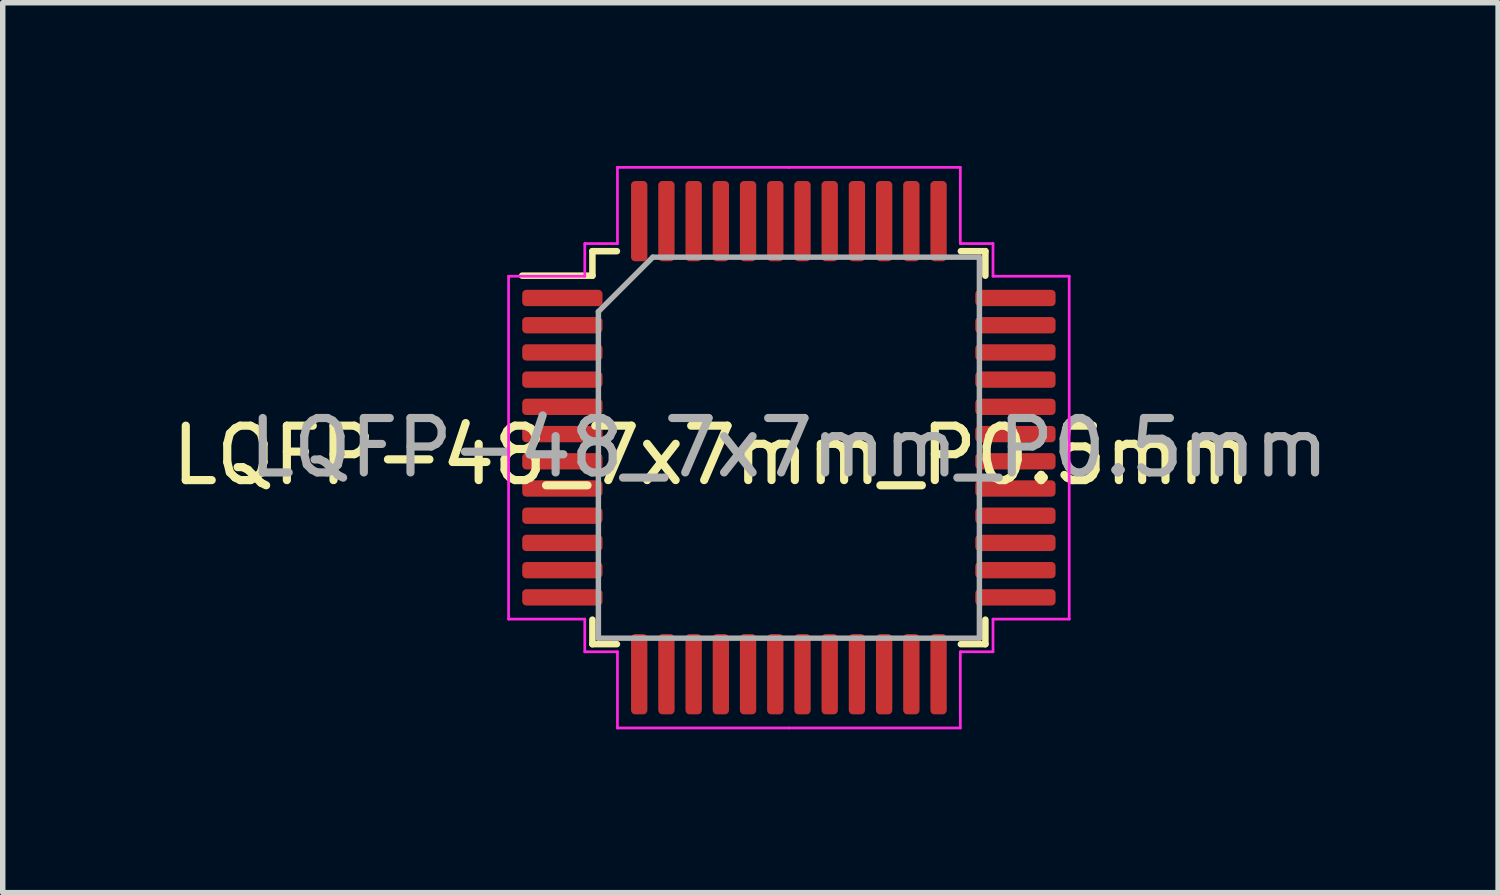
<source format=kicad_pcb>
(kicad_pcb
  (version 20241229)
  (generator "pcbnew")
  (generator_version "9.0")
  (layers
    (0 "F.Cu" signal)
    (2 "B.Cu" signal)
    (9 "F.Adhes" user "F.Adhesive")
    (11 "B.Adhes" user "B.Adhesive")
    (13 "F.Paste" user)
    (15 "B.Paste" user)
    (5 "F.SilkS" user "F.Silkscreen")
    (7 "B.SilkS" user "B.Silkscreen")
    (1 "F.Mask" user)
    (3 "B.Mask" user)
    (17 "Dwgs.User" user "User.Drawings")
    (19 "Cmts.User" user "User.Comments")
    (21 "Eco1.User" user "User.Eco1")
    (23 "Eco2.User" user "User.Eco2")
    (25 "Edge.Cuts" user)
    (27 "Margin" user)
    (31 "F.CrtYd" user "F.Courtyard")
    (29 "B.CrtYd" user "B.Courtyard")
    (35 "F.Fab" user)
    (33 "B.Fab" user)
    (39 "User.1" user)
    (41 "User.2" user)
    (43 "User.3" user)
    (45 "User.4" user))
  (footprint "LQFP-48_7x7mm_P0.5mm"
    (layer "F.Cu")
    (at 11.444 5.175)
    (property "Reference" "LQFP-48_7x7mm_P0.5mm" (at -1.414 0.141 180) (layer "F.SilkS") (effects (font (size 1 1) (thickness 0.15))))
    (attr smd)
    (fp_line (start -3.61 -3.61) (end -3.61 -3.16) (stroke (width 0.12) (type solid)) (layer "F.SilkS"))
    (fp_line (start -3.61 -3.16) (end -4.9 -3.16) (stroke (width 0.12) (type solid)) (layer "F.SilkS"))
    (fp_line (start -3.61 3.61) (end -3.61 3.16) (stroke (width 0.12) (type solid)) (layer "F.SilkS"))
    (fp_line (start -3.16 -3.61) (end -3.61 -3.61) (stroke (width 0.12) (type solid)) (layer "F.SilkS"))
    (fp_line (start -3.16 3.61) (end -3.61 3.61) (stroke (width 0.12) (type solid)) (layer "F.SilkS"))
    (fp_line (start 3.16 -3.61) (end 3.61 -3.61) (stroke (width 0.12) (type solid)) (layer "F.SilkS"))
    (fp_line (start 3.16 3.61) (end 3.61 3.61) (stroke (width 0.12) (type solid)) (layer "F.SilkS"))
    (fp_line (start 3.61 -3.61) (end 3.61 -3.16) (stroke (width 0.12) (type solid)) (layer "F.SilkS"))
    (fp_line (start 3.61 3.61) (end 3.61 3.16) (stroke (width 0.12) (type solid)) (layer "F.SilkS"))
    (fp_line (start -5.15 -3.15) (end -5.15 0) (stroke (width 0.05) (type solid)) (layer "F.CrtYd"))
    (fp_line (start -5.15 3.15) (end -5.15 0) (stroke (width 0.05) (type solid)) (layer "F.CrtYd"))
    (fp_line (start -3.75 -3.75) (end -3.75 -3.15) (stroke (width 0.05) (type solid)) (layer "F.CrtYd"))
    (fp_line (start -3.75 -3.15) (end -5.15 -3.15) (stroke (width 0.05) (type solid)) (layer "F.CrtYd"))
    (fp_line (start -3.75 3.15) (end -5.15 3.15) (stroke (width 0.05) (type solid)) (layer "F.CrtYd"))
    (fp_line (start -3.75 3.75) (end -3.75 3.15) (stroke (width 0.05) (type solid)) (layer "F.CrtYd"))
    (fp_line (start -3.15 -5.15) (end -3.15 -3.75) (stroke (width 0.05) (type solid)) (layer "F.CrtYd"))
    (fp_line (start -3.15 -3.75) (end -3.75 -3.75) (stroke (width 0.05) (type solid)) (layer "F.CrtYd"))
    (fp_line (start -3.15 3.75) (end -3.75 3.75) (stroke (width 0.05) (type solid)) (layer "F.CrtYd"))
    (fp_line (start -3.15 5.15) (end -3.15 3.75) (stroke (width 0.05) (type solid)) (layer "F.CrtYd"))
    (fp_line (start 0 -5.15) (end -3.15 -5.15) (stroke (width 0.05) (type solid)) (layer "F.CrtYd"))
    (fp_line (start 0 -5.15) (end 3.15 -5.15) (stroke (width 0.05) (type solid)) (layer "F.CrtYd"))
    (fp_line (start 0 5.15) (end -3.15 5.15) (stroke (width 0.05) (type solid)) (layer "F.CrtYd"))
    (fp_line (start 0 5.15) (end 3.15 5.15) (stroke (width 0.05) (type solid)) (layer "F.CrtYd"))
    (fp_line (start 3.15 -5.15) (end 3.15 -3.75) (stroke (width 0.05) (type solid)) (layer "F.CrtYd"))
    (fp_line (start 3.15 -3.75) (end 3.75 -3.75) (stroke (width 0.05) (type solid)) (layer "F.CrtYd"))
    (fp_line (start 3.15 3.75) (end 3.75 3.75) (stroke (width 0.05) (type solid)) (layer "F.CrtYd"))
    (fp_line (start 3.15 5.15) (end 3.15 3.75) (stroke (width 0.05) (type solid)) (layer "F.CrtYd"))
    (fp_line (start 3.75 -3.75) (end 3.75 -3.15) (stroke (width 0.05) (type solid)) (layer "F.CrtYd"))
    (fp_line (start 3.75 -3.15) (end 5.15 -3.15) (stroke (width 0.05) (type solid)) (layer "F.CrtYd"))
    (fp_line (start 3.75 3.15) (end 5.15 3.15) (stroke (width 0.05) (type solid)) (layer "F.CrtYd"))
    (fp_line (start 3.75 3.75) (end 3.75 3.15) (stroke (width 0.05) (type solid)) (layer "F.CrtYd"))
    (fp_line (start 5.15 -3.15) (end 5.15 0) (stroke (width 0.05) (type solid)) (layer "F.CrtYd"))
    (fp_line (start 5.15 3.15) (end 5.15 0) (stroke (width 0.05) (type solid)) (layer "F.CrtYd"))
    (fp_line (start -3.5 -2.5) (end -2.5 -3.5) (stroke (width 0.1) (type solid)) (layer "F.Fab"))
    (fp_line (start -3.5 3.5) (end -3.5 -2.5) (stroke (width 0.1) (type solid)) (layer "F.Fab"))
    (fp_line (start -2.5 -3.5) (end 3.5 -3.5) (stroke (width 0.1) (type solid)) (layer "F.Fab"))
    (fp_line (start 3.5 -3.5) (end 3.5 3.5) (stroke (width 0.1) (type solid)) (layer "F.Fab"))
    (fp_line (start 3.5 3.5) (end -3.5 3.5) (stroke (width 0.1) (type solid)) (layer "F.Fab"))
    (fp_text user "${REFERENCE}" (at 0 0 180) (layer "F.Fab") (effects (font (size 1 1) (thickness 0.15))))
    (pad "1" smd roundrect (at -4.162 -2.75) (size 1.475 0.3) (layers "F.Cu" "F.Mask" "F.Paste") (roundrect_rratio 0.25))
    (pad "2" smd roundrect (at -4.162 -2.25) (size 1.475 0.3) (layers "F.Cu" "F.Mask" "F.Paste") (roundrect_rratio 0.25))
    (pad "3" smd roundrect (at -4.162 -1.75) (size 1.475 0.3) (layers "F.Cu" "F.Mask" "F.Paste") (roundrect_rratio 0.25))
    (pad "4" smd roundrect (at -4.162 -1.25) (size 1.475 0.3) (layers "F.Cu" "F.Mask" "F.Paste") (roundrect_rratio 0.25))
    (pad "5" smd roundrect (at -4.162 -0.75) (size 1.475 0.3) (layers "F.Cu" "F.Mask" "F.Paste") (roundrect_rratio 0.25))
    (pad "6" smd roundrect (at -4.162 -0.25) (size 1.475 0.3) (layers "F.Cu" "F.Mask" "F.Paste") (roundrect_rratio 0.25))
    (pad "7" smd roundrect (at -4.162 0.25) (size 1.475 0.3) (layers "F.Cu" "F.Mask" "F.Paste") (roundrect_rratio 0.25))
    (pad "8" smd roundrect (at -4.162 0.75) (size 1.475 0.3) (layers "F.Cu" "F.Mask" "F.Paste") (roundrect_rratio 0.25))
    (pad "9" smd roundrect (at -4.162 1.25) (size 1.475 0.3) (layers "F.Cu" "F.Mask" "F.Paste") (roundrect_rratio 0.25))
    (pad "10" smd roundrect (at -4.162 1.75) (size 1.475 0.3) (layers "F.Cu" "F.Mask" "F.Paste") (roundrect_rratio 0.25))
    (pad "11" smd roundrect (at -4.162 2.25) (size 1.475 0.3) (layers "F.Cu" "F.Mask" "F.Paste") (roundrect_rratio 0.25))
    (pad "12" smd roundrect (at -4.162 2.75) (size 1.475 0.3) (layers "F.Cu" "F.Mask" "F.Paste") (roundrect_rratio 0.25))
    (pad "13" smd roundrect (at -2.75 4.162) (size 0.3 1.475) (layers "F.Cu" "F.Mask" "F.Paste") (roundrect_rratio 0.25))
    (pad "14" smd roundrect (at -2.25 4.162) (size 0.3 1.475) (layers "F.Cu" "F.Mask" "F.Paste") (roundrect_rratio 0.25))
    (pad "15" smd roundrect (at -1.75 4.162) (size 0.3 1.475) (layers "F.Cu" "F.Mask" "F.Paste") (roundrect_rratio 0.25))
    (pad "16" smd roundrect (at -1.25 4.162) (size 0.3 1.475) (layers "F.Cu" "F.Mask" "F.Paste") (roundrect_rratio 0.25))
    (pad "17" smd roundrect (at -0.75 4.162) (size 0.3 1.475) (layers "F.Cu" "F.Mask" "F.Paste") (roundrect_rratio 0.25))
    (pad "18" smd roundrect (at -0.25 4.162) (size 0.3 1.475) (layers "F.Cu" "F.Mask" "F.Paste") (roundrect_rratio 0.25))
    (pad "19" smd roundrect (at 0.25 4.162) (size 0.3 1.475) (layers "F.Cu" "F.Mask" "F.Paste") (roundrect_rratio 0.25))
    (pad "20" smd roundrect (at 0.75 4.162) (size 0.3 1.475) (layers "F.Cu" "F.Mask" "F.Paste") (roundrect_rratio 0.25))
    (pad "21" smd roundrect (at 1.25 4.162) (size 0.3 1.475) (layers "F.Cu" "F.Mask" "F.Paste") (roundrect_rratio 0.25))
    (pad "22" smd roundrect (at 1.75 4.162) (size 0.3 1.475) (layers "F.Cu" "F.Mask" "F.Paste") (roundrect_rratio 0.25))
    (pad "23" smd roundrect (at 2.25 4.162) (size 0.3 1.475) (layers "F.Cu" "F.Mask" "F.Paste") (roundrect_rratio 0.25))
    (pad "24" smd roundrect (at 2.75 4.162) (size 0.3 1.475) (layers "F.Cu" "F.Mask" "F.Paste") (roundrect_rratio 0.25))
    (pad "25" smd roundrect (at 4.162 2.75) (size 1.475 0.3) (layers "F.Cu" "F.Mask" "F.Paste") (roundrect_rratio 0.25))
    (pad "26" smd roundrect (at 4.162 2.25) (size 1.475 0.3) (layers "F.Cu" "F.Mask" "F.Paste") (roundrect_rratio 0.25))
    (pad "27" smd roundrect (at 4.162 1.75) (size 1.475 0.3) (layers "F.Cu" "F.Mask" "F.Paste") (roundrect_rratio 0.25))
    (pad "28" smd roundrect (at 4.162 1.25) (size 1.475 0.3) (layers "F.Cu" "F.Mask" "F.Paste") (roundrect_rratio 0.25))
    (pad "29" smd roundrect (at 4.162 0.75) (size 1.475 0.3) (layers "F.Cu" "F.Mask" "F.Paste") (roundrect_rratio 0.25))
    (pad "30" smd roundrect (at 4.162 0.25) (size 1.475 0.3) (layers "F.Cu" "F.Mask" "F.Paste") (roundrect_rratio 0.25))
    (pad "31" smd roundrect (at 4.162 -0.25) (size 1.475 0.3) (layers "F.Cu" "F.Mask" "F.Paste") (roundrect_rratio 0.25))
    (pad "32" smd roundrect (at 4.162 -0.75) (size 1.475 0.3) (layers "F.Cu" "F.Mask" "F.Paste") (roundrect_rratio 0.25))
    (pad "33" smd roundrect (at 4.162 -1.25) (size 1.475 0.3) (layers "F.Cu" "F.Mask" "F.Paste") (roundrect_rratio 0.25))
    (pad "34" smd roundrect (at 4.162 -1.75) (size 1.475 0.3) (layers "F.Cu" "F.Mask" "F.Paste") (roundrect_rratio 0.25))
    (pad "35" smd roundrect (at 4.162 -2.25) (size 1.475 0.3) (layers "F.Cu" "F.Mask" "F.Paste") (roundrect_rratio 0.25))
    (pad "36" smd roundrect (at 4.162 -2.75) (size 1.475 0.3) (layers "F.Cu" "F.Mask" "F.Paste") (roundrect_rratio 0.25))
    (pad "37" smd roundrect (at 2.75 -4.162) (size 0.3 1.475) (layers "F.Cu" "F.Mask" "F.Paste") (roundrect_rratio 0.25))
    (pad "38" smd roundrect (at 2.25 -4.162) (size 0.3 1.475) (layers "F.Cu" "F.Mask" "F.Paste") (roundrect_rratio 0.25))
    (pad "39" smd roundrect (at 1.75 -4.162) (size 0.3 1.475) (layers "F.Cu" "F.Mask" "F.Paste") (roundrect_rratio 0.25))
    (pad "40" smd roundrect (at 1.25 -4.162) (size 0.3 1.475) (layers "F.Cu" "F.Mask" "F.Paste") (roundrect_rratio 0.25))
    (pad "41" smd roundrect (at 0.75 -4.162) (size 0.3 1.475) (layers "F.Cu" "F.Mask" "F.Paste") (roundrect_rratio 0.25))
    (pad "42" smd roundrect (at 0.25 -4.162) (size 0.3 1.475) (layers "F.Cu" "F.Mask" "F.Paste") (roundrect_rratio 0.25))
    (pad "43" smd roundrect (at -0.25 -4.162) (size 0.3 1.475) (layers "F.Cu" "F.Mask" "F.Paste") (roundrect_rratio 0.25))
    (pad "44" smd roundrect (at -0.75 -4.162) (size 0.3 1.475) (layers "F.Cu" "F.Mask" "F.Paste") (roundrect_rratio 0.25))
    (pad "45" smd roundrect (at -1.25 -4.162) (size 0.3 1.475) (layers "F.Cu" "F.Mask" "F.Paste") (roundrect_rratio 0.25))
    (pad "46" smd roundrect (at -1.75 -4.162) (size 0.3 1.475) (layers "F.Cu" "F.Mask" "F.Paste") (roundrect_rratio 0.25))
    (pad "47" smd roundrect (at -2.25 -4.162) (size 0.3 1.475) (layers "F.Cu" "F.Mask" "F.Paste") (roundrect_rratio 0.25))
    (pad "48" smd roundrect (at -2.75 -4.162) (size 0.3 1.475) (layers "F.Cu" "F.Mask" "F.Paste") (roundrect_rratio 0.25)))
  (gr_rect
    (start -3 -3)
    (end 24.474 13.35)
    (stroke (width 0.1) (type default))
    (fill no)
    (layer "Edge.Cuts")))
</source>
